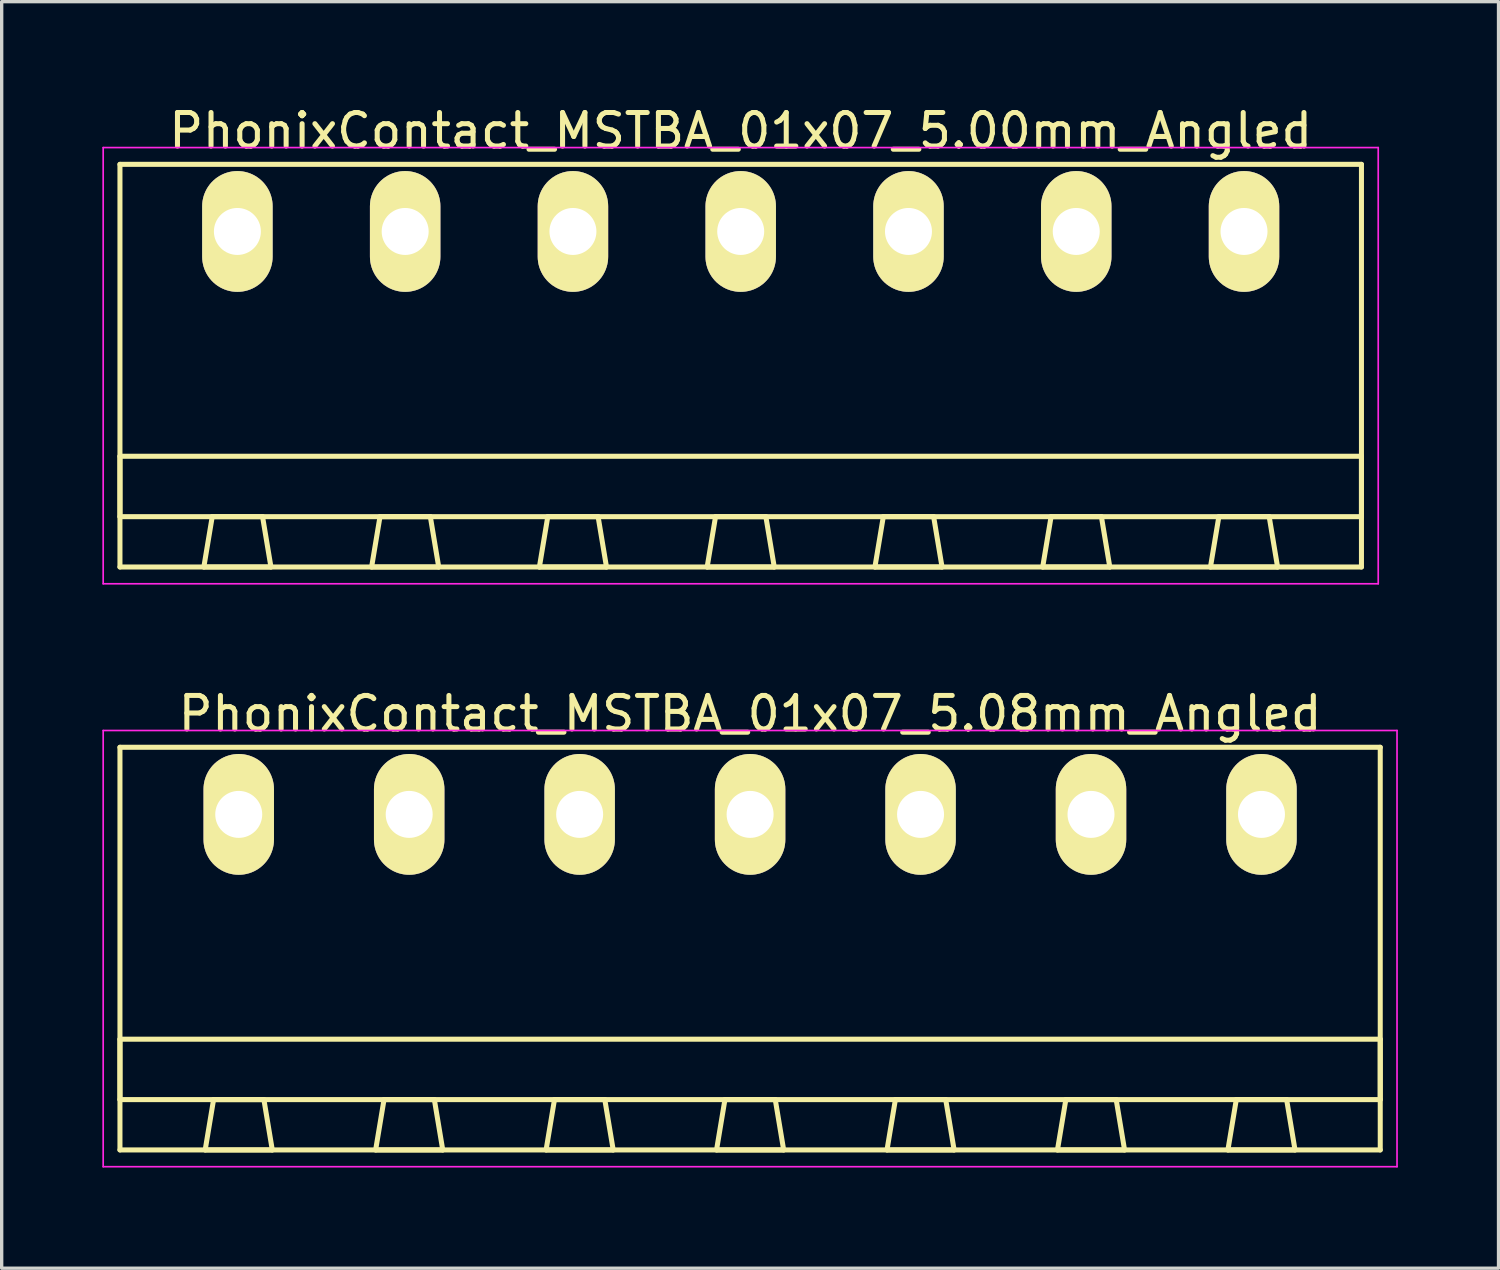
<source format=kicad_pcb>
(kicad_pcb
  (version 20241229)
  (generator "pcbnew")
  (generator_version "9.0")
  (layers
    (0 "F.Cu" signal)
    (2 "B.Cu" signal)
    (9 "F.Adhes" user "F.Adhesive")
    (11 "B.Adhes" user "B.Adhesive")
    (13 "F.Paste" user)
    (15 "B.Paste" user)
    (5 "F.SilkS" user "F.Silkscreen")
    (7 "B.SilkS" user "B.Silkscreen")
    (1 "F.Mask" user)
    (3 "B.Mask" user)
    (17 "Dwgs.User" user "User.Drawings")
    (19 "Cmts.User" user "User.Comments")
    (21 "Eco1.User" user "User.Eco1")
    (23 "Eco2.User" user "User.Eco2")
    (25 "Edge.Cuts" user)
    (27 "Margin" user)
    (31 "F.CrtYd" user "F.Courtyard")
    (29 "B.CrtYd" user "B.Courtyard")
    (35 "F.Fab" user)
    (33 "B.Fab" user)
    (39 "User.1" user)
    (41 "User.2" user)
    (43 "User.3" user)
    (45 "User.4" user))
  (footprint "PhonixContact_MSTBA_01x07_5.08mm_Angled"
    (layer "F.Cu")
    (at 4.065 21.221)
    (property "Reference" "PhonixContact_MSTBA_01x07_5.08mm_Angled" (at 15.24 -3 0) (layer "F.SilkS") (effects (font (size 1 1) (thickness 0.15))))
    (attr through_hole)
    (fp_line (start -3.54 -2) (end -3.54 10) (stroke (width 0.15) (type solid)) (layer "F.SilkS"))
    (fp_line (start -3.54 6.7) (end 34.02 6.7) (stroke (width 0.15) (type solid)) (layer "F.SilkS"))
    (fp_line (start -3.54 8.5) (end -3.54 6.7) (stroke (width 0.15) (type solid)) (layer "F.SilkS"))
    (fp_line (start -3.54 10) (end 34.02 10) (stroke (width 0.15) (type solid)) (layer "F.SilkS"))
    (fp_line (start -1 10) (end 1 10) (stroke (width 0.15) (type solid)) (layer "F.SilkS"))
    (fp_line (start -0.75 8.5) (end -1 10) (stroke (width 0.15) (type solid)) (layer "F.SilkS"))
    (fp_line (start 0.75 8.5) (end -0.75 8.5) (stroke (width 0.15) (type solid)) (layer "F.SilkS"))
    (fp_line (start 1 10) (end 0.75 8.5) (stroke (width 0.15) (type solid)) (layer "F.SilkS"))
    (fp_line (start 4.08 10) (end 6.08 10) (stroke (width 0.15) (type solid)) (layer "F.SilkS"))
    (fp_line (start 4.33 8.5) (end 4.08 10) (stroke (width 0.15) (type solid)) (layer "F.SilkS"))
    (fp_line (start 5.83 8.5) (end 4.33 8.5) (stroke (width 0.15) (type solid)) (layer "F.SilkS"))
    (fp_line (start 6.08 10) (end 5.83 8.5) (stroke (width 0.15) (type solid)) (layer "F.SilkS"))
    (fp_line (start 9.16 10) (end 11.16 10) (stroke (width 0.15) (type solid)) (layer "F.SilkS"))
    (fp_line (start 9.41 8.5) (end 9.16 10) (stroke (width 0.15) (type solid)) (layer "F.SilkS"))
    (fp_line (start 10.91 8.5) (end 9.41 8.5) (stroke (width 0.15) (type solid)) (layer "F.SilkS"))
    (fp_line (start 11.16 10) (end 10.91 8.5) (stroke (width 0.15) (type solid)) (layer "F.SilkS"))
    (fp_line (start 14.24 10) (end 16.24 10) (stroke (width 0.15) (type solid)) (layer "F.SilkS"))
    (fp_line (start 14.49 8.5) (end 14.24 10) (stroke (width 0.15) (type solid)) (layer "F.SilkS"))
    (fp_line (start 15.99 8.5) (end 14.49 8.5) (stroke (width 0.15) (type solid)) (layer "F.SilkS"))
    (fp_line (start 16.24 10) (end 15.99 8.5) (stroke (width 0.15) (type solid)) (layer "F.SilkS"))
    (fp_line (start 19.32 10) (end 21.32 10) (stroke (width 0.15) (type solid)) (layer "F.SilkS"))
    (fp_line (start 19.57 8.5) (end 19.32 10) (stroke (width 0.15) (type solid)) (layer "F.SilkS"))
    (fp_line (start 21.07 8.5) (end 19.57 8.5) (stroke (width 0.15) (type solid)) (layer "F.SilkS"))
    (fp_line (start 21.32 10) (end 21.07 8.5) (stroke (width 0.15) (type solid)) (layer "F.SilkS"))
    (fp_line (start 24.4 10) (end 26.4 10) (stroke (width 0.15) (type solid)) (layer "F.SilkS"))
    (fp_line (start 24.65 8.5) (end 24.4 10) (stroke (width 0.15) (type solid)) (layer "F.SilkS"))
    (fp_line (start 26.15 8.5) (end 24.65 8.5) (stroke (width 0.15) (type solid)) (layer "F.SilkS"))
    (fp_line (start 26.4 10) (end 26.15 8.5) (stroke (width 0.15) (type solid)) (layer "F.SilkS"))
    (fp_line (start 29.48 10) (end 31.48 10) (stroke (width 0.15) (type solid)) (layer "F.SilkS"))
    (fp_line (start 29.73 8.5) (end 29.48 10) (stroke (width 0.15) (type solid)) (layer "F.SilkS"))
    (fp_line (start 31.23 8.5) (end 29.73 8.5) (stroke (width 0.15) (type solid)) (layer "F.SilkS"))
    (fp_line (start 31.48 10) (end 31.23 8.5) (stroke (width 0.15) (type solid)) (layer "F.SilkS"))
    (fp_line (start 34.02 -2) (end -3.54 -2) (stroke (width 0.15) (type solid)) (layer "F.SilkS"))
    (fp_line (start 34.02 6.7) (end 34.02 8.5) (stroke (width 0.15) (type solid)) (layer "F.SilkS"))
    (fp_line (start 34.02 8.5) (end -3.54 8.5) (stroke (width 0.15) (type solid)) (layer "F.SilkS"))
    (fp_line (start 34.02 10) (end 34.02 -2) (stroke (width 0.15) (type solid)) (layer "F.SilkS"))
    (fp_line (start -4.04 -2.5) (end -4.04 10.5) (stroke (width 0.05) (type solid)) (layer "F.CrtYd"))
    (fp_line (start -4.04 10.5) (end 34.52 10.5) (stroke (width 0.05) (type solid)) (layer "F.CrtYd"))
    (fp_line (start 34.52 -2.5) (end -4.04 -2.5) (stroke (width 0.05) (type solid)) (layer "F.CrtYd"))
    (fp_line (start 34.52 10.5) (end 34.52 -2.5) (stroke (width 0.05) (type solid)) (layer "F.CrtYd"))
    (pad "1" thru_hole oval (at 0 0) (size 2.1 3.6) (drill 1.4) (layers "*.Cu" "*.Mask" "F.SilkS"))
    (pad "2" thru_hole oval (at 5.08 0) (size 2.1 3.6) (drill 1.4) (layers "*.Cu" "*.Mask" "F.SilkS"))
    (pad "3" thru_hole oval (at 10.16 0) (size 2.1 3.6) (drill 1.4) (layers "*.Cu" "*.Mask" "F.SilkS"))
    (pad "4" thru_hole oval (at 15.24 0) (size 2.1 3.6) (drill 1.4) (layers "*.Cu" "*.Mask" "F.SilkS"))
    (pad "5" thru_hole oval (at 20.32 0) (size 2.1 3.6) (drill 1.4) (layers "*.Cu" "*.Mask" "F.SilkS"))
    (pad "6" thru_hole oval (at 25.4 0) (size 2.1 3.6) (drill 1.4) (layers "*.Cu" "*.Mask" "F.SilkS"))
    (pad "7" thru_hole oval (at 30.48 0) (size 2.1 3.6) (drill 1.4) (layers "*.Cu" "*.Mask" "F.SilkS")))
  (footprint "PhonixContact_MSTBA_01x07_5.00mm_Angled"
    (layer "F.Cu")
    (at 4.025 3.848)
    (property "Reference" "PhonixContact_MSTBA_01x07_5.00mm_Angled" (at 15 -3 0) (layer "F.SilkS") (effects (font (size 1 1) (thickness 0.15))))
    (attr through_hole)
    (fp_line (start -3.5 -2) (end -3.5 10) (stroke (width 0.15) (type solid)) (layer "F.SilkS"))
    (fp_line (start -3.5 6.7) (end 33.5 6.7) (stroke (width 0.15) (type solid)) (layer "F.SilkS"))
    (fp_line (start -3.5 8.5) (end -3.5 6.7) (stroke (width 0.15) (type solid)) (layer "F.SilkS"))
    (fp_line (start -3.5 10) (end 33.5 10) (stroke (width 0.15) (type solid)) (layer "F.SilkS"))
    (fp_line (start -1 10) (end 1 10) (stroke (width 0.15) (type solid)) (layer "F.SilkS"))
    (fp_line (start -0.75 8.5) (end -1 10) (stroke (width 0.15) (type solid)) (layer "F.SilkS"))
    (fp_line (start 0.75 8.5) (end -0.75 8.5) (stroke (width 0.15) (type solid)) (layer "F.SilkS"))
    (fp_line (start 1 10) (end 0.75 8.5) (stroke (width 0.15) (type solid)) (layer "F.SilkS"))
    (fp_line (start 4 10) (end 6 10) (stroke (width 0.15) (type solid)) (layer "F.SilkS"))
    (fp_line (start 4.25 8.5) (end 4 10) (stroke (width 0.15) (type solid)) (layer "F.SilkS"))
    (fp_line (start 5.75 8.5) (end 4.25 8.5) (stroke (width 0.15) (type solid)) (layer "F.SilkS"))
    (fp_line (start 6 10) (end 5.75 8.5) (stroke (width 0.15) (type solid)) (layer "F.SilkS"))
    (fp_line (start 9 10) (end 11 10) (stroke (width 0.15) (type solid)) (layer "F.SilkS"))
    (fp_line (start 9.25 8.5) (end 9 10) (stroke (width 0.15) (type solid)) (layer "F.SilkS"))
    (fp_line (start 10.75 8.5) (end 9.25 8.5) (stroke (width 0.15) (type solid)) (layer "F.SilkS"))
    (fp_line (start 11 10) (end 10.75 8.5) (stroke (width 0.15) (type solid)) (layer "F.SilkS"))
    (fp_line (start 14 10) (end 16 10) (stroke (width 0.15) (type solid)) (layer "F.SilkS"))
    (fp_line (start 14.25 8.5) (end 14 10) (stroke (width 0.15) (type solid)) (layer "F.SilkS"))
    (fp_line (start 15.75 8.5) (end 14.25 8.5) (stroke (width 0.15) (type solid)) (layer "F.SilkS"))
    (fp_line (start 16 10) (end 15.75 8.5) (stroke (width 0.15) (type solid)) (layer "F.SilkS"))
    (fp_line (start 19 10) (end 21 10) (stroke (width 0.15) (type solid)) (layer "F.SilkS"))
    (fp_line (start 19.25 8.5) (end 19 10) (stroke (width 0.15) (type solid)) (layer "F.SilkS"))
    (fp_line (start 20.75 8.5) (end 19.25 8.5) (stroke (width 0.15) (type solid)) (layer "F.SilkS"))
    (fp_line (start 21 10) (end 20.75 8.5) (stroke (width 0.15) (type solid)) (layer "F.SilkS"))
    (fp_line (start 24 10) (end 26 10) (stroke (width 0.15) (type solid)) (layer "F.SilkS"))
    (fp_line (start 24.25 8.5) (end 24 10) (stroke (width 0.15) (type solid)) (layer "F.SilkS"))
    (fp_line (start 25.75 8.5) (end 24.25 8.5) (stroke (width 0.15) (type solid)) (layer "F.SilkS"))
    (fp_line (start 26 10) (end 25.75 8.5) (stroke (width 0.15) (type solid)) (layer "F.SilkS"))
    (fp_line (start 29 10) (end 31 10) (stroke (width 0.15) (type solid)) (layer "F.SilkS"))
    (fp_line (start 29.25 8.5) (end 29 10) (stroke (width 0.15) (type solid)) (layer "F.SilkS"))
    (fp_line (start 30.75 8.5) (end 29.25 8.5) (stroke (width 0.15) (type solid)) (layer "F.SilkS"))
    (fp_line (start 31 10) (end 30.75 8.5) (stroke (width 0.15) (type solid)) (layer "F.SilkS"))
    (fp_line (start 33.5 -2) (end -3.5 -2) (stroke (width 0.15) (type solid)) (layer "F.SilkS"))
    (fp_line (start 33.5 6.7) (end 33.5 8.5) (stroke (width 0.15) (type solid)) (layer "F.SilkS"))
    (fp_line (start 33.5 8.5) (end -3.5 8.5) (stroke (width 0.15) (type solid)) (layer "F.SilkS"))
    (fp_line (start 33.5 10) (end 33.5 -2) (stroke (width 0.15) (type solid)) (layer "F.SilkS"))
    (fp_line (start -4 -2.5) (end -4 10.5) (stroke (width 0.05) (type solid)) (layer "F.CrtYd"))
    (fp_line (start -4 10.5) (end 34 10.5) (stroke (width 0.05) (type solid)) (layer "F.CrtYd"))
    (fp_line (start 34 -2.5) (end -4 -2.5) (stroke (width 0.05) (type solid)) (layer "F.CrtYd"))
    (fp_line (start 34 10.5) (end 34 -2.5) (stroke (width 0.05) (type solid)) (layer "F.CrtYd"))
    (pad "1" thru_hole oval (at 0 0) (size 2.1 3.6) (drill 1.4) (layers "*.Cu" "*.Mask" "F.SilkS"))
    (pad "2" thru_hole oval (at 5 0) (size 2.1 3.6) (drill 1.4) (layers "*.Cu" "*.Mask" "F.SilkS"))
    (pad "3" thru_hole oval (at 10 0) (size 2.1 3.6) (drill 1.4) (layers "*.Cu" "*.Mask" "F.SilkS"))
    (pad "4" thru_hole oval (at 15 0) (size 2.1 3.6) (drill 1.4) (layers "*.Cu" "*.Mask" "F.SilkS"))
    (pad "5" thru_hole oval (at 20 0) (size 2.1 3.6) (drill 1.4) (layers "*.Cu" "*.Mask" "F.SilkS"))
    (pad "6" thru_hole oval (at 25 0) (size 2.1 3.6) (drill 1.4) (layers "*.Cu" "*.Mask" "F.SilkS"))
    (pad "7" thru_hole oval (at 30 0) (size 2.1 3.6) (drill 1.4) (layers "*.Cu" "*.Mask" "F.SilkS")))
  (gr_rect
    (start -3 -3)
    (end 41.61 34.746)
    (stroke (width 0.1) (type default))
    (fill no)
    (layer "Edge.Cuts")))
</source>
